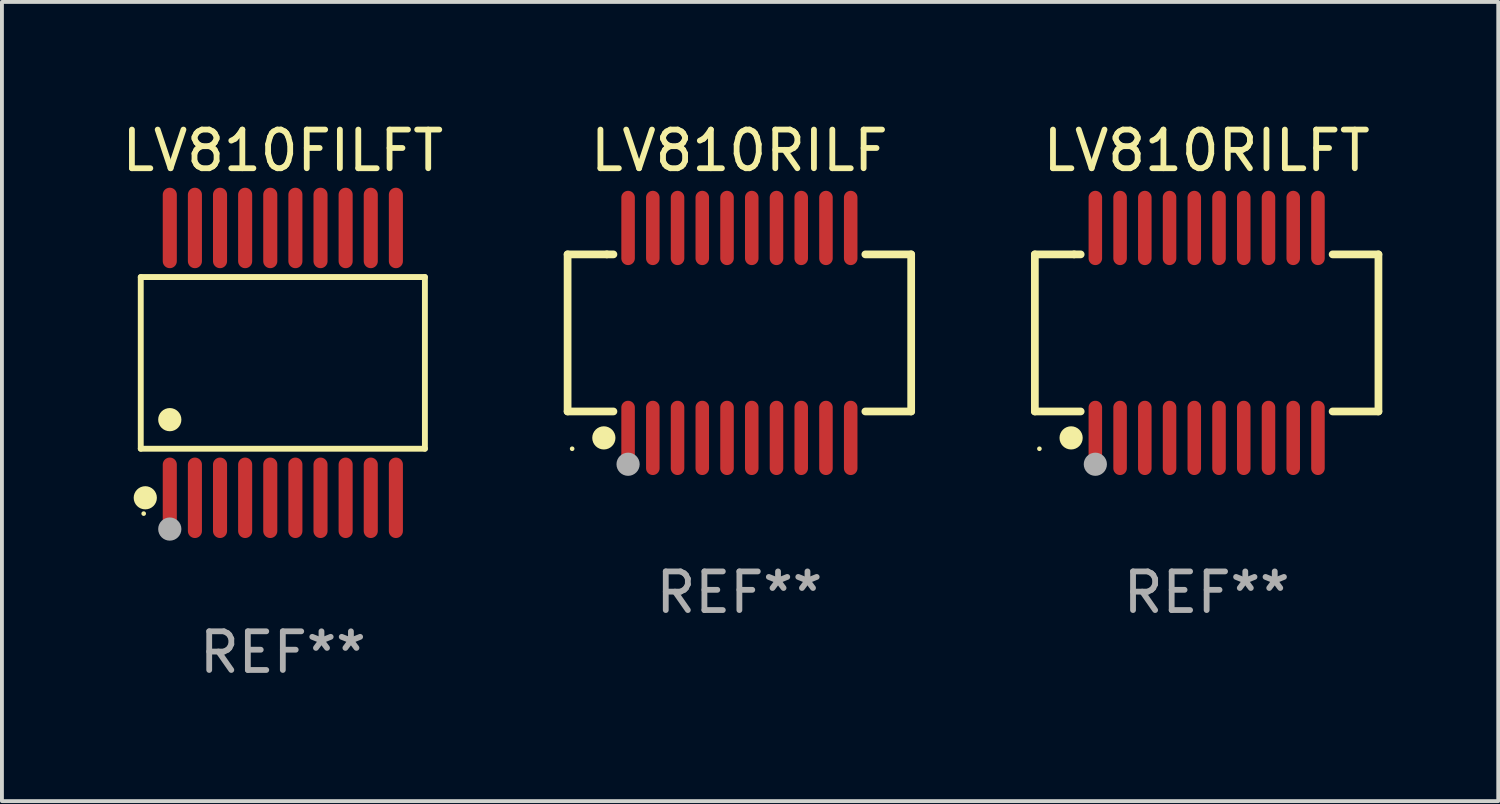
<source format=kicad_pcb>
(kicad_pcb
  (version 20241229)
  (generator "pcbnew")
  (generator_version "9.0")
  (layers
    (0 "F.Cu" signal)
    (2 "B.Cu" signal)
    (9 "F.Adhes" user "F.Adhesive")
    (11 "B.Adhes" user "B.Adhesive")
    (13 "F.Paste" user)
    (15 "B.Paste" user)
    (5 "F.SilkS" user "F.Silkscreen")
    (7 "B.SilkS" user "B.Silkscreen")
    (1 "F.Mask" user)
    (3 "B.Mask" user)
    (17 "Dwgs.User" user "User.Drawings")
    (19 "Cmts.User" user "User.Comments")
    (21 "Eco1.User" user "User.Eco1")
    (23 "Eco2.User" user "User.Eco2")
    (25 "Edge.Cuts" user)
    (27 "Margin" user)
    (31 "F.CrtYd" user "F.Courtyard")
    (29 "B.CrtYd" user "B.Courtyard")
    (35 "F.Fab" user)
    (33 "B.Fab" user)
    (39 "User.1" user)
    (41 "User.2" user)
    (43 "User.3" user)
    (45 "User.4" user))
  (footprint "LV810RILFT"
    (layer "F.Cu")
    (at 28.171 5.564)
    (property "Reference" "LV810RILFT" (at 0 -4.716 0) (layer "F.SilkS") (effects (font (size 1 1) (thickness 0.15))))
    (attr through_hole)
    (fp_line (start -4.445 -2.032) (end -4.445 2.032) (stroke (width 0.2) (type solid)) (layer "F.SilkS"))
    (fp_line (start -4.445 2.032) (end -3.259 2.032) (stroke (width 0.2) (type solid)) (layer "F.SilkS"))
    (fp_line (start -3.429 -2.032) (end -4.445 -2.032) (stroke (width 0.2) (type solid)) (layer "F.SilkS"))
    (fp_line (start -3.259 -2.032) (end -3.429 -2.032) (stroke (width 0.2) (type solid)) (layer "F.SilkS"))
    (fp_line (start 3.259 2.032) (end 4.445 2.032) (stroke (width 0.2) (type solid)) (layer "F.SilkS"))
    (fp_line (start 4.445 -2.032) (end 3.259 -2.032) (stroke (width 0.2) (type solid)) (layer "F.SilkS"))
    (fp_line (start 4.445 2.032) (end 4.445 -2.032) (stroke (width 0.2) (type solid)) (layer "F.SilkS"))
    (fp_circle (center -4.327 2.997) (end -4.297 2.997) (stroke (width 0.06) (type solid)) (fill no) (layer "F.SilkS"))
    (fp_circle (center -3.507 2.716) (end -3.357 2.716) (stroke (width 0.3) (type solid)) (fill no) (layer "F.SilkS"))
    (fp_circle (center -2.88 3.398) (end -2.73 3.398) (stroke (width 0.3) (type solid)) (fill no) (layer "F.Fab"))
    (fp_text user "REF**" (at 0 6.716 0) (layer "F.Fab") (effects (font (size 1 1) (thickness 0.15))))
    (pad "1" smd oval (at -2.88 2.716) (size 0.35 1.922) (layers "F.Cu" "F.Mask" "F.Paste"))
    (pad "2" smd oval (at -2.24 2.716) (size 0.35 1.922) (layers "F.Cu" "F.Mask" "F.Paste"))
    (pad "3" smd oval (at -1.6 2.716) (size 0.35 1.922) (layers "F.Cu" "F.Mask" "F.Paste"))
    (pad "4" smd oval (at -0.96 2.716) (size 0.35 1.922) (layers "F.Cu" "F.Mask" "F.Paste"))
    (pad "5" smd oval (at -0.32 2.716) (size 0.35 1.922) (layers "F.Cu" "F.Mask" "F.Paste"))
    (pad "6" smd oval (at 0.32 2.716) (size 0.35 1.922) (layers "F.Cu" "F.Mask" "F.Paste"))
    (pad "7" smd oval (at 0.96 2.716) (size 0.35 1.922) (layers "F.Cu" "F.Mask" "F.Paste"))
    (pad "8" smd oval (at 1.6 2.716) (size 0.35 1.922) (layers "F.Cu" "F.Mask" "F.Paste"))
    (pad "9" smd oval (at 2.24 2.716) (size 0.35 1.922) (layers "F.Cu" "F.Mask" "F.Paste"))
    (pad "10" smd oval (at 2.88 2.716) (size 0.35 1.922) (layers "F.Cu" "F.Mask" "F.Paste"))
    (pad "11" smd oval (at 2.88 -2.716) (size 0.35 1.922) (layers "F.Cu" "F.Mask" "F.Paste"))
    (pad "12" smd oval (at 2.24 -2.716) (size 0.35 1.922) (layers "F.Cu" "F.Mask" "F.Paste"))
    (pad "13" smd oval (at 1.6 -2.716) (size 0.35 1.922) (layers "F.Cu" "F.Mask" "F.Paste"))
    (pad "14" smd oval (at 0.96 -2.716) (size 0.35 1.922) (layers "F.Cu" "F.Mask" "F.Paste"))
    (pad "15" smd oval (at 0.32 -2.716) (size 0.35 1.922) (layers "F.Cu" "F.Mask" "F.Paste"))
    (pad "16" smd oval (at -0.32 -2.716) (size 0.35 1.922) (layers "F.Cu" "F.Mask" "F.Paste"))
    (pad "17" smd oval (at -0.96 -2.716) (size 0.35 1.922) (layers "F.Cu" "F.Mask" "F.Paste"))
    (pad "18" smd oval (at -1.6 -2.716) (size 0.35 1.922) (layers "F.Cu" "F.Mask" "F.Paste"))
    (pad "19" smd oval (at -2.24 -2.716) (size 0.35 1.922) (layers "F.Cu" "F.Mask" "F.Paste"))
    (pad "20" smd oval (at -2.88 -2.716) (size 0.35 1.922) (layers "F.Cu" "F.Mask" "F.Paste")))
  (footprint "LV810FILFT"
    (layer "F.Cu")
    (at 4.268 6.339)
    (property "Reference" "LV810FILFT" (at 0 -5.491 0) (layer "F.SilkS") (effects (font (size 1 1) (thickness 0.15))))
    (attr through_hole)
    (fp_line (start -3.676 -2.221) (end 3.676 -2.221) (stroke (width 0.152) (type solid)) (layer "F.SilkS"))
    (fp_line (start -3.676 2.221) (end -3.676 -2.221) (stroke (width 0.152) (type solid)) (layer "F.SilkS"))
    (fp_line (start 3.676 -2.221) (end 3.676 2.221) (stroke (width 0.152) (type solid)) (layer "F.SilkS"))
    (fp_line (start 3.676 2.221) (end -3.676 2.221) (stroke (width 0.152) (type solid)) (layer "F.SilkS"))
    (fp_circle (center -3.6 3.9) (end -3.57 3.9) (stroke (width 0.06) (type solid)) (fill no) (layer "F.SilkS"))
    (fp_circle (center -3.559 3.491) (end -3.409 3.491) (stroke (width 0.3) (type solid)) (fill no) (layer "F.SilkS"))
    (fp_circle (center -2.925 1.469) (end -2.775 1.469) (stroke (width 0.3) (type solid)) (fill no) (layer "F.SilkS"))
    (fp_circle (center -2.925 4.3) (end -2.775 4.3) (stroke (width 0.3) (type solid)) (fill no) (layer "F.Fab"))
    (fp_text user "REF**" (at 0 7.491 0) (layer "F.Fab") (effects (font (size 1 1) (thickness 0.15))))
    (pad "1" smd oval (at -2.925 3.491) (size 0.364 2.082) (layers "F.Cu" "F.Mask" "F.Paste"))
    (pad "2" smd oval (at -2.275 3.491) (size 0.364 2.082) (layers "F.Cu" "F.Mask" "F.Paste"))
    (pad "3" smd oval (at -1.625 3.491) (size 0.364 2.082) (layers "F.Cu" "F.Mask" "F.Paste"))
    (pad "4" smd oval (at -0.975 3.491) (size 0.364 2.082) (layers "F.Cu" "F.Mask" "F.Paste"))
    (pad "5" smd oval (at -0.325 3.491) (size 0.364 2.082) (layers "F.Cu" "F.Mask" "F.Paste"))
    (pad "6" smd oval (at 0.325 3.491) (size 0.364 2.082) (layers "F.Cu" "F.Mask" "F.Paste"))
    (pad "7" smd oval (at 0.975 3.491) (size 0.364 2.082) (layers "F.Cu" "F.Mask" "F.Paste"))
    (pad "8" smd oval (at 1.625 3.491) (size 0.364 2.082) (layers "F.Cu" "F.Mask" "F.Paste"))
    (pad "9" smd oval (at 2.275 3.491) (size 0.364 2.082) (layers "F.Cu" "F.Mask" "F.Paste"))
    (pad "10" smd oval (at 2.925 3.491) (size 0.364 2.082) (layers "F.Cu" "F.Mask" "F.Paste"))
    (pad "11" smd oval (at 2.925 -3.491) (size 0.364 2.082) (layers "F.Cu" "F.Mask" "F.Paste"))
    (pad "12" smd oval (at 2.275 -3.491) (size 0.364 2.082) (layers "F.Cu" "F.Mask" "F.Paste"))
    (pad "13" smd oval (at 1.625 -3.491) (size 0.364 2.082) (layers "F.Cu" "F.Mask" "F.Paste"))
    (pad "14" smd oval (at 0.975 -3.491) (size 0.364 2.082) (layers "F.Cu" "F.Mask" "F.Paste"))
    (pad "15" smd oval (at 0.325 -3.491) (size 0.364 2.082) (layers "F.Cu" "F.Mask" "F.Paste"))
    (pad "16" smd oval (at -0.325 -3.491) (size 0.364 2.082) (layers "F.Cu" "F.Mask" "F.Paste"))
    (pad "17" smd oval (at -0.975 -3.491) (size 0.364 2.082) (layers "F.Cu" "F.Mask" "F.Paste"))
    (pad "18" smd oval (at -1.625 -3.491) (size 0.364 2.082) (layers "F.Cu" "F.Mask" "F.Paste"))
    (pad "19" smd oval (at -2.275 -3.491) (size 0.364 2.082) (layers "F.Cu" "F.Mask" "F.Paste"))
    (pad "20" smd oval (at -2.925 -3.491) (size 0.364 2.082) (layers "F.Cu" "F.Mask" "F.Paste")))
  (footprint "LV810RILF"
    (layer "F.Cu")
    (at 16.081 5.564)
    (property "Reference" "LV810RILF" (at 0 -4.716 0) (layer "F.SilkS") (effects (font (size 1 1) (thickness 0.15))))
    (attr through_hole)
    (fp_line (start -4.445 -2.032) (end -4.445 2.032) (stroke (width 0.2) (type solid)) (layer "F.SilkS"))
    (fp_line (start -4.445 2.032) (end -3.259 2.032) (stroke (width 0.2) (type solid)) (layer "F.SilkS"))
    (fp_line (start -3.429 -2.032) (end -4.445 -2.032) (stroke (width 0.2) (type solid)) (layer "F.SilkS"))
    (fp_line (start -3.259 -2.032) (end -3.429 -2.032) (stroke (width 0.2) (type solid)) (layer "F.SilkS"))
    (fp_line (start 3.259 2.032) (end 4.445 2.032) (stroke (width 0.2) (type solid)) (layer "F.SilkS"))
    (fp_line (start 4.445 -2.032) (end 3.259 -2.032) (stroke (width 0.2) (type solid)) (layer "F.SilkS"))
    (fp_line (start 4.445 2.032) (end 4.445 -2.032) (stroke (width 0.2) (type solid)) (layer "F.SilkS"))
    (fp_circle (center -4.327 2.997) (end -4.297 2.997) (stroke (width 0.06) (type solid)) (fill no) (layer "F.SilkS"))
    (fp_circle (center -3.507 2.716) (end -3.357 2.716) (stroke (width 0.3) (type solid)) (fill no) (layer "F.SilkS"))
    (fp_circle (center -2.88 3.398) (end -2.73 3.398) (stroke (width 0.3) (type solid)) (fill no) (layer "F.Fab"))
    (fp_text user "REF**" (at 0 6.716 0) (layer "F.Fab") (effects (font (size 1 1) (thickness 0.15))))
    (pad "1" smd oval (at -2.88 2.716) (size 0.35 1.922) (layers "F.Cu" "F.Mask" "F.Paste"))
    (pad "2" smd oval (at -2.24 2.716) (size 0.35 1.922) (layers "F.Cu" "F.Mask" "F.Paste"))
    (pad "3" smd oval (at -1.6 2.716) (size 0.35 1.922) (layers "F.Cu" "F.Mask" "F.Paste"))
    (pad "4" smd oval (at -0.96 2.716) (size 0.35 1.922) (layers "F.Cu" "F.Mask" "F.Paste"))
    (pad "5" smd oval (at -0.32 2.716) (size 0.35 1.922) (layers "F.Cu" "F.Mask" "F.Paste"))
    (pad "6" smd oval (at 0.32 2.716) (size 0.35 1.922) (layers "F.Cu" "F.Mask" "F.Paste"))
    (pad "7" smd oval (at 0.96 2.716) (size 0.35 1.922) (layers "F.Cu" "F.Mask" "F.Paste"))
    (pad "8" smd oval (at 1.6 2.716) (size 0.35 1.922) (layers "F.Cu" "F.Mask" "F.Paste"))
    (pad "9" smd oval (at 2.24 2.716) (size 0.35 1.922) (layers "F.Cu" "F.Mask" "F.Paste"))
    (pad "10" smd oval (at 2.88 2.716) (size 0.35 1.922) (layers "F.Cu" "F.Mask" "F.Paste"))
    (pad "11" smd oval (at 2.88 -2.716) (size 0.35 1.922) (layers "F.Cu" "F.Mask" "F.Paste"))
    (pad "12" smd oval (at 2.24 -2.716) (size 0.35 1.922) (layers "F.Cu" "F.Mask" "F.Paste"))
    (pad "13" smd oval (at 1.6 -2.716) (size 0.35 1.922) (layers "F.Cu" "F.Mask" "F.Paste"))
    (pad "14" smd oval (at 0.96 -2.716) (size 0.35 1.922) (layers "F.Cu" "F.Mask" "F.Paste"))
    (pad "15" smd oval (at 0.32 -2.716) (size 0.35 1.922) (layers "F.Cu" "F.Mask" "F.Paste"))
    (pad "16" smd oval (at -0.32 -2.716) (size 0.35 1.922) (layers "F.Cu" "F.Mask" "F.Paste"))
    (pad "17" smd oval (at -0.96 -2.716) (size 0.35 1.922) (layers "F.Cu" "F.Mask" "F.Paste"))
    (pad "18" smd oval (at -1.6 -2.716) (size 0.35 1.922) (layers "F.Cu" "F.Mask" "F.Paste"))
    (pad "19" smd oval (at -2.24 -2.716) (size 0.35 1.922) (layers "F.Cu" "F.Mask" "F.Paste"))
    (pad "20" smd oval (at -2.88 -2.716) (size 0.35 1.922) (layers "F.Cu" "F.Mask" "F.Paste")))
  (gr_rect
    (start -3 -3)
    (end 35.716 17.678)
    (stroke (width 0.1) (type default))
    (fill no)
    (layer "Edge.Cuts")))
</source>
